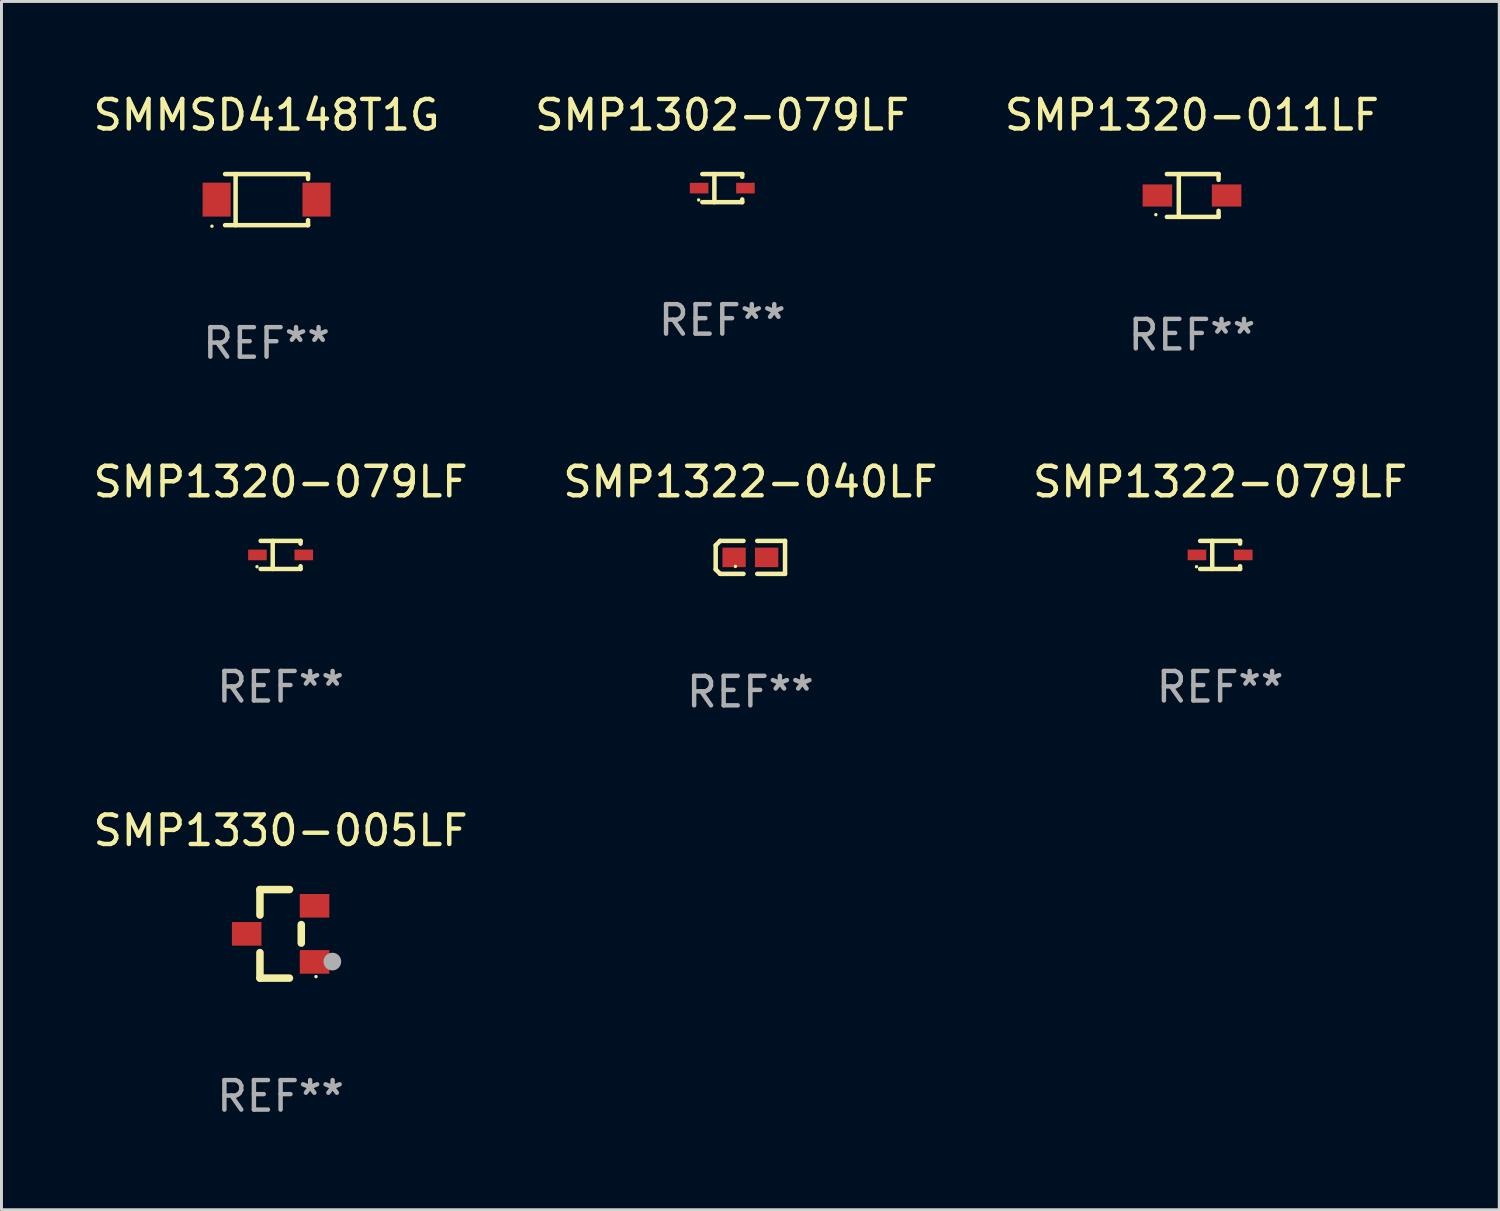
<source format=kicad_pcb>
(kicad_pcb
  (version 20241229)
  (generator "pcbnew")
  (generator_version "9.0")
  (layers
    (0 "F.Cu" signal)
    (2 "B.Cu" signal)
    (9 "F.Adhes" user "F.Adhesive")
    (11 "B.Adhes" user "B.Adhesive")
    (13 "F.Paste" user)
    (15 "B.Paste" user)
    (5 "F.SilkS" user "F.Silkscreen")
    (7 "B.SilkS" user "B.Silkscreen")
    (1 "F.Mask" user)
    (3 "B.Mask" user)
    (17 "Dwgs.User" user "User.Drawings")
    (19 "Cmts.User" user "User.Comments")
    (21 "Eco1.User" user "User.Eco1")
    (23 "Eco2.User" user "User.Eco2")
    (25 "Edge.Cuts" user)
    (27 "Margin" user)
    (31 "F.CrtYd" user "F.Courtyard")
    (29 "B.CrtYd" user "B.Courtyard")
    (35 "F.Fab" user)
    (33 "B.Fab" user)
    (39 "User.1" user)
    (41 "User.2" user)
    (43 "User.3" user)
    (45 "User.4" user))
  (footprint "SMP1320-011LF"
    (layer "F.Cu")
    (at 37.339 3.574)
    (property "Reference" "SMP1320-011LF" (at 0 -2.726 0) (layer "F.SilkS") (effects (font (size 1 1) (thickness 0.15))))
    (attr through_hole)
    (fp_line (start -0.851 -0.726) (end 0.901 -0.726) (stroke (width 0.152) (type solid)) (layer "F.SilkS"))
    (fp_line (start -0.851 0.726) (end 0.901 0.726) (stroke (width 0.152) (type solid)) (layer "F.SilkS"))
    (fp_line (start -0.447 -0.726) (end -0.447 0.726) (stroke (width 0.152) (type solid)) (layer "F.SilkS"))
    (fp_line (start 0.901 -0.726) (end 0.901 -0.53) (stroke (width 0.152) (type solid)) (layer "F.SilkS"))
    (fp_line (start 0.901 0.726) (end 0.901 0.52) (stroke (width 0.152) (type solid)) (layer "F.SilkS"))
    (fp_circle (center -1.225 0.65) (end -1.195 0.65) (stroke (width 0.06) (type solid)) (fill no) (layer "F.SilkS"))
    (fp_text user "REF**" (at 0 4.726 0) (layer "F.Fab") (effects (font (size 1 1) (thickness 0.15))))
    (pad "1" smd rect (at -1.173 0) (size 1 0.75) (layers "F.Cu" "F.Mask" "F.Paste"))
    (pad "2" smd rect (at 1.173 0) (size 1 0.75) (layers "F.Cu" "F.Mask" "F.Paste")))
  (footprint "SMMSD4148T1G"
    (layer "F.Cu")
    (at 5.982 3.714)
    (property "Reference" "SMMSD4148T1G" (at 0 -2.866 0) (layer "F.SilkS") (effects (font (size 1 1) (thickness 0.15))))
    (attr through_hole)
    (fp_line (start -1.406 -0.866) (end 1.406 -0.866) (stroke (width 0.152) (type solid)) (layer "F.SilkS"))
    (fp_line (start -1.406 0.866) (end 1.406 0.866) (stroke (width 0.152) (type solid)) (layer "F.SilkS"))
    (fp_line (start -1.049 -0.866) (end -1.049 0.866) (stroke (width 0.152) (type solid)) (layer "F.SilkS"))
    (fp_line (start 1.406 -0.866) (end 1.406 -0.698) (stroke (width 0.152) (type solid)) (layer "F.SilkS"))
    (fp_line (start 1.406 0.866) (end 1.406 0.698) (stroke (width 0.152) (type solid)) (layer "F.SilkS"))
    (fp_circle (center -1.851 0.9) (end -1.821 0.9) (stroke (width 0.06) (type solid)) (fill no) (layer "F.SilkS"))
    (fp_text user "REF**" (at 0 4.866 0) (layer "F.Fab") (effects (font (size 1 1) (thickness 0.15))))
    (pad "1" smd rect (at -1.692 0) (size 0.95 1.15) (layers "F.Cu" "F.Mask" "F.Paste"))
    (pad "2" smd rect (at 1.692 0) (size 0.95 1.15) (layers "F.Cu" "F.Mask" "F.Paste")))
  (footprint "SMP1330-005LF"
    (layer "F.Cu")
    (at 6.458 28.592)
    (property "Reference" "SMP1330-005LF" (at 0 -3.5 0) (layer "F.SilkS") (effects (font (size 1 1) (thickness 0.15))))
    (attr through_hole)
    (fp_line (start -0.7 -1.5) (end 0.3 -1.5) (stroke (width 0.254) (type solid)) (layer "F.SilkS"))
    (fp_line (start -0.7 -0.636) (end -0.7 -1.5) (stroke (width 0.254) (type solid)) (layer "F.SilkS"))
    (fp_line (start -0.7 1.5) (end -0.7 0.636) (stroke (width 0.254) (type solid)) (layer "F.SilkS"))
    (fp_line (start -0.7 1.5) (end 0.3 1.5) (stroke (width 0.254) (type solid)) (layer "F.SilkS"))
    (fp_line (start 0.7 0.314) (end 0.7 -0.314) (stroke (width 0.254) (type solid)) (layer "F.SilkS"))
    (fp_circle (center 1.2 1.45) (end 1.23 1.45) (stroke (width 0.06) (type solid)) (fill no) (layer "F.SilkS"))
    (fp_circle (center 1.753 0.94) (end 1.903 0.94) (stroke (width 0.3) (type solid)) (fill no) (layer "F.Fab"))
    (fp_text user "REF**" (at 0 5.5 0) (layer "F.Fab") (effects (font (size 1 1) (thickness 0.15))))
    (pad "1" smd rect (at 1.15 0.95 180) (size 1 0.8) (layers "F.Cu" "F.Mask" "F.Paste"))
    (pad "2" smd rect (at 1.15 -0.95 180) (size 1 0.8) (layers "F.Cu" "F.Mask" "F.Paste"))
    (pad "3" smd rect (at -1.15 -0.000051 180) (size 1 0.8) (layers "F.Cu" "F.Mask" "F.Paste")))
  (footprint "SMP1322-040LF"
    (layer "F.Cu")
    (at 22.375 15.836)
    (property "Reference" "SMP1322-040LF" (at 0 -2.559 0) (layer "F.SilkS") (effects (font (size 1 1) (thickness 0.15))))
    (attr through_hole)
    (fp_line (start -1.175 -0.407) (end -1.023 -0.559) (stroke (width 0.152) (type solid)) (layer "F.SilkS"))
    (fp_line (start -1.175 0.407) (end -1.175 -0.407) (stroke (width 0.152) (type solid)) (layer "F.SilkS"))
    (fp_line (start -1.023 -0.559) (end -0.232 -0.559) (stroke (width 0.152) (type solid)) (layer "F.SilkS"))
    (fp_line (start -1.023 0.559) (end -1.175 0.407) (stroke (width 0.152) (type solid)) (layer "F.SilkS"))
    (fp_line (start -0.232 0.559) (end -1.023 0.559) (stroke (width 0.152) (type solid)) (layer "F.SilkS"))
    (fp_line (start 0.232 0.559) (end 1.175 0.559) (stroke (width 0.152) (type solid)) (layer "F.SilkS"))
    (fp_line (start 1.175 -0.559) (end 0.232 -0.559) (stroke (width 0.152) (type solid)) (layer "F.SilkS"))
    (fp_line (start 1.175 0.559) (end 1.175 -0.559) (stroke (width 0.152) (type solid)) (layer "F.SilkS"))
    (fp_circle (center -0.506 0.306) (end -0.476 0.306) (stroke (width 0.06) (type solid)) (fill no) (layer "F.SilkS"))
    (fp_text user "REF**" (at 0 4.559 0) (layer "F.Fab") (effects (font (size 1 1) (thickness 0.15))))
    (pad "1" smd rect (at -0.551 0) (size 0.79 0.661) (layers "F.Cu" "F.Mask" "F.Paste"))
    (pad "2" smd rect (at 0.551 0) (size 0.79 0.661) (layers "F.Cu" "F.Mask" "F.Paste")))
  (footprint "SMP1302-079LF"
    (layer "F.Cu")
    (at 21.423 3.324)
    (property "Reference" "SMP1302-079LF" (at 0 -2.476 0) (layer "F.SilkS") (effects (font (size 1 1) (thickness 0.15))))
    (attr through_hole)
    (fp_line (start -0.676 -0.476) (end 0.676 -0.476) (stroke (width 0.152) (type solid)) (layer "F.SilkS"))
    (fp_line (start -0.676 0.476) (end 0.676 0.476) (stroke (width 0.152) (type solid)) (layer "F.SilkS"))
    (fp_line (start -0.267 -0.476) (end -0.267 0.476) (stroke (width 0.152) (type solid)) (layer "F.SilkS"))
    (fp_line (start 0.676 -0.476) (end 0.676 -0.383) (stroke (width 0.152) (type solid)) (layer "F.SilkS"))
    (fp_line (start 0.676 0.476) (end 0.676 0.383) (stroke (width 0.152) (type solid)) (layer "F.SilkS"))
    (fp_circle (center -0.8 0.4) (end -0.77 0.4) (stroke (width 0.06) (type solid)) (fill no) (layer "F.SilkS"))
    (fp_text user "REF**" (at 0 4.476 0) (layer "F.Fab") (effects (font (size 1 1) (thickness 0.15))))
    (pad "1" smd rect (at -0.785 0) (size 0.63 0.36) (layers "F.Cu" "F.Mask" "F.Paste"))
    (pad "2" smd rect (at 0.785 0) (size 0.63 0.36) (layers "F.Cu" "F.Mask" "F.Paste")))
  (footprint "SMP1322-079LF"
    (layer "F.Cu")
    (at 38.292 15.753)
    (property "Reference" "SMP1322-079LF" (at 0 -2.476 0) (layer "F.SilkS") (effects (font (size 1 1) (thickness 0.15))))
    (attr through_hole)
    (fp_line (start -0.676 -0.476) (end 0.676 -0.476) (stroke (width 0.152) (type solid)) (layer "F.SilkS"))
    (fp_line (start -0.676 0.476) (end 0.676 0.476) (stroke (width 0.152) (type solid)) (layer "F.SilkS"))
    (fp_line (start -0.267 -0.476) (end -0.267 0.476) (stroke (width 0.152) (type solid)) (layer "F.SilkS"))
    (fp_line (start 0.676 -0.476) (end 0.676 -0.383) (stroke (width 0.152) (type solid)) (layer "F.SilkS"))
    (fp_line (start 0.676 0.476) (end 0.676 0.383) (stroke (width 0.152) (type solid)) (layer "F.SilkS"))
    (fp_circle (center -0.8 0.4) (end -0.77 0.4) (stroke (width 0.06) (type solid)) (fill no) (layer "F.SilkS"))
    (fp_text user "REF**" (at 0 4.476 0) (layer "F.Fab") (effects (font (size 1 1) (thickness 0.15))))
    (pad "1" smd rect (at -0.785 0) (size 0.63 0.36) (layers "F.Cu" "F.Mask" "F.Paste"))
    (pad "2" smd rect (at 0.785 0) (size 0.63 0.36) (layers "F.Cu" "F.Mask" "F.Paste")))
  (footprint "SMP1320-079LF"
    (layer "F.Cu")
    (at 6.458 15.753)
    (property "Reference" "SMP1320-079LF" (at 0 -2.476 0) (layer "F.SilkS") (effects (font (size 1 1) (thickness 0.15))))
    (attr through_hole)
    (fp_line (start -0.676 -0.476) (end 0.676 -0.476) (stroke (width 0.152) (type solid)) (layer "F.SilkS"))
    (fp_line (start -0.676 0.476) (end 0.676 0.476) (stroke (width 0.152) (type solid)) (layer "F.SilkS"))
    (fp_line (start -0.267 -0.476) (end -0.267 0.476) (stroke (width 0.152) (type solid)) (layer "F.SilkS"))
    (fp_line (start 0.676 -0.476) (end 0.676 -0.383) (stroke (width 0.152) (type solid)) (layer "F.SilkS"))
    (fp_line (start 0.676 0.476) (end 0.676 0.383) (stroke (width 0.152) (type solid)) (layer "F.SilkS"))
    (fp_circle (center -0.8 0.4) (end -0.77 0.4) (stroke (width 0.06) (type solid)) (fill no) (layer "F.SilkS"))
    (fp_text user "REF**" (at 0 4.476 0) (layer "F.Fab") (effects (font (size 1 1) (thickness 0.15))))
    (pad "1" smd rect (at -0.785 0) (size 0.63 0.36) (layers "F.Cu" "F.Mask" "F.Paste"))
    (pad "2" smd rect (at 0.785 0) (size 0.63 0.36) (layers "F.Cu" "F.Mask" "F.Paste")))
  (gr_rect
    (start -3 -3)
    (end 47.75 37.941)
    (stroke (width 0.1) (type default))
    (fill no)
    (layer "Edge.Cuts")))
</source>
